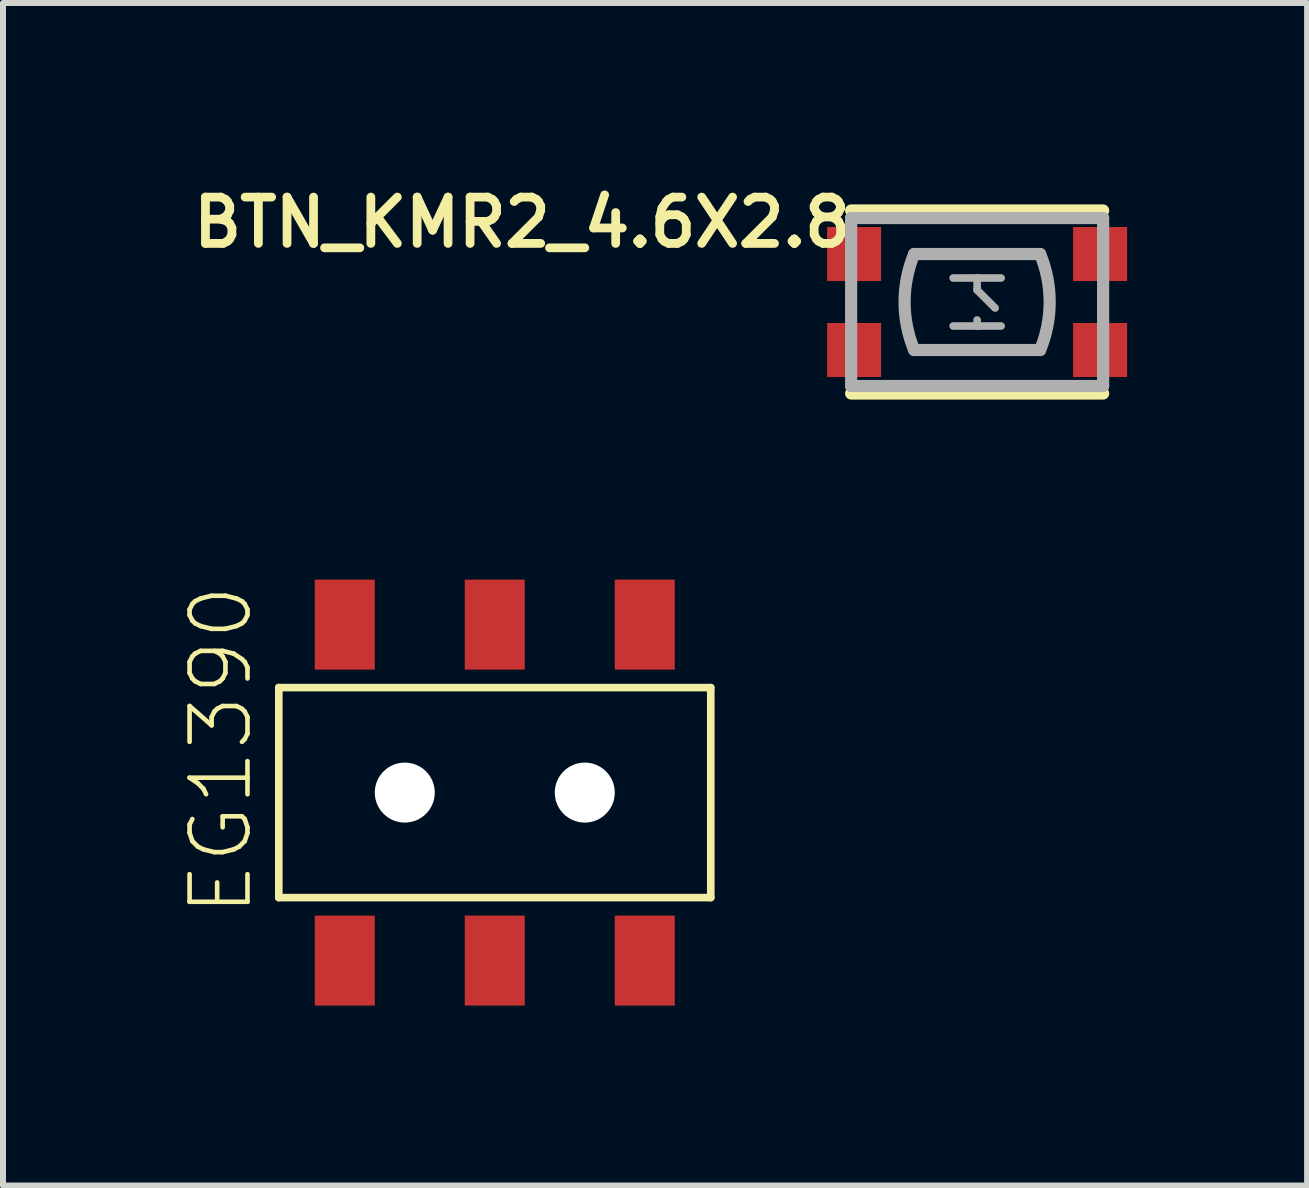
<source format=kicad_pcb>
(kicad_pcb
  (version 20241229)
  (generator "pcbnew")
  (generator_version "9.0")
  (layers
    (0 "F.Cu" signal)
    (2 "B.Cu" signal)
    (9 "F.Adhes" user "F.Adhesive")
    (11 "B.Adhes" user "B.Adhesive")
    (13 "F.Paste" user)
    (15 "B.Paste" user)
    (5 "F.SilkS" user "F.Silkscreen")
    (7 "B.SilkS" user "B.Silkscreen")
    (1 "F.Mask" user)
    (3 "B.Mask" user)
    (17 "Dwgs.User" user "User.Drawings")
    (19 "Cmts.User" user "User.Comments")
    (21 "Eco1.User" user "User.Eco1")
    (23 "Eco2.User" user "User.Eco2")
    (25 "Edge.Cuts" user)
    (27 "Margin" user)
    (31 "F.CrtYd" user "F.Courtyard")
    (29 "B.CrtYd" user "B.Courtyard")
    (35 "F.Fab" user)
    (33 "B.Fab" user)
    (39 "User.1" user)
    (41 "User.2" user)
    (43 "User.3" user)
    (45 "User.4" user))
  (footprint "BTN_KMR2_4.6X2.8"
    (layer "F.Cu")
    (at 13.237 1.984)
    (property "Reference" "BTN_KMR2_4.6X2.8" (at -2.032 -1.778 0) (layer "F.SilkS") (effects (font (size 0.772 0.772) (thickness 0.146)) (justify right top)))
    (attr through_hole)
    (fp_line (start -2.1 -1.525) (end 2.1 -1.525) (stroke (width 0.203) (type solid)) (layer "F.SilkS"))
    (fp_line (start 2.1 1.525) (end -2.1 1.525) (stroke (width 0.203) (type solid)) (layer "F.SilkS"))
    (fp_line (start -2.1 -1.4) (end 2.1 -1.4) (stroke (width 0.203) (type solid)) (layer "F.Fab"))
    (fp_line (start -2.1 1.4) (end -2.1 -1.4) (stroke (width 0.203) (type solid)) (layer "F.Fab"))
    (fp_line (start -1.05 -0.8) (end 1.05 -0.8) (stroke (width 0.203) (type solid)) (layer "F.Fab"))
    (fp_line (start -0.4 -0.4) (end 0 -0.4) (stroke (width 0.127) (type solid)) (layer "F.Fab"))
    (fp_line (start -0.4 0.4) (end 0 0.4) (stroke (width 0.127) (type solid)) (layer "F.Fab"))
    (fp_line (start 0 -0.4) (end 0 -0.2) (stroke (width 0.127) (type solid)) (layer "F.Fab"))
    (fp_line (start 0 -0.4) (end 0.4 -0.4) (stroke (width 0.127) (type solid)) (layer "F.Fab"))
    (fp_line (start 0 -0.2) (end 0.3 0.1) (stroke (width 0.127) (type solid)) (layer "F.Fab"))
    (fp_line (start 0 0.4) (end 0 0.3) (stroke (width 0.127) (type solid)) (layer "F.Fab"))
    (fp_line (start 0 0.4) (end 0.4 0.4) (stroke (width 0.127) (type solid)) (layer "F.Fab"))
    (fp_line (start 1.05 0.8) (end -1.05 0.8) (stroke (width 0.203) (type solid)) (layer "F.Fab"))
    (fp_line (start 2.1 -1.4) (end 2.1 1.4) (stroke (width 0.203) (type solid)) (layer "F.Fab"))
    (fp_line (start 2.1 1.4) (end -2.1 1.4) (stroke (width 0.203) (type solid)) (layer "F.Fab"))
    (fp_arc (start -1.05 0.8) (mid -1.209128 0) (end -1.05 -0.799999) (stroke (width 0.2032) (type solid)) (layer "F.Fab"))
    (fp_arc (start 1.05 -0.8) (mid 1.209128 0) (end 1.05 0.799999) (stroke (width 0.2032) (type solid)) (layer "F.Fab"))
    (pad "A" smd rect (at 2.05 -0.8) (size 0.9 0.9) (layers "F.Cu" "F.Mask" "F.Paste"))
    (pad "A'" smd rect (at -2.05 -0.8) (size 0.9 0.9) (layers "F.Cu" "F.Mask" "F.Paste"))
    (pad "B" smd rect (at 2.05 0.8) (size 0.9 0.9) (layers "F.Cu" "F.Mask" "F.Paste"))
    (pad "B'" smd rect (at -2.05 0.8) (size 0.9 0.9) (layers "F.Cu" "F.Mask" "F.Paste")))
  (footprint "EG1390"
    (layer "F.Cu")
    (at 5.197 10.161)
    (property "Reference" "EG1390" (at -4 2.1 90) (layer "F.SilkS") (effects (font (size 0.965 0.965) (thickness 0.077)) (justify left bottom)))
    (attr through_hole)
    (fp_line (start -3.6 -1.75) (end 3.6 -1.75) (stroke (width 0.127) (type solid)) (layer "F.SilkS"))
    (fp_line (start -3.6 1.75) (end -3.6 -1.75) (stroke (width 0.127) (type solid)) (layer "F.SilkS"))
    (fp_line (start 3.6 -1.75) (end 3.6 1.75) (stroke (width 0.127) (type solid)) (layer "F.SilkS"))
    (fp_line (start 3.6 1.75) (end -3.6 1.75) (stroke (width 0.127) (type solid)) (layer "F.SilkS"))
    (pad "" np_thru_hole circle (at -1.5 0) (size 1 1) (drill 1) (layers "*.Cu" "*.Mask"))
    (pad "" np_thru_hole circle (at 1.5 0) (size 1 1) (drill 1) (layers "*.Cu" "*.Mask"))
    (pad "O1" smd rect (at -2.5 -2.8) (size 1 1.5) (layers "F.Cu" "F.Mask" "F.Paste"))
    (pad "O2" smd rect (at -2.5 2.8) (size 1 1.5) (layers "F.Cu" "F.Mask" "F.Paste"))
    (pad "P1" smd rect (at 0 -2.8) (size 1 1.5) (layers "F.Cu" "F.Mask" "F.Paste"))
    (pad "P2" smd rect (at 0 2.8) (size 1 1.5) (layers "F.Cu" "F.Mask" "F.Paste"))
    (pad "S1" smd rect (at 2.5 -2.8) (size 1 1.5) (layers "F.Cu" "F.Mask" "F.Paste"))
    (pad "S2" smd rect (at 2.5 2.8) (size 1 1.5) (layers "F.Cu" "F.Mask" "F.Paste")))
  (gr_rect
    (start -3 -3)
    (end 18.737 16.711)
    (stroke (width 0.1) (type default))
    (fill no)
    (layer "Edge.Cuts")))
</source>
